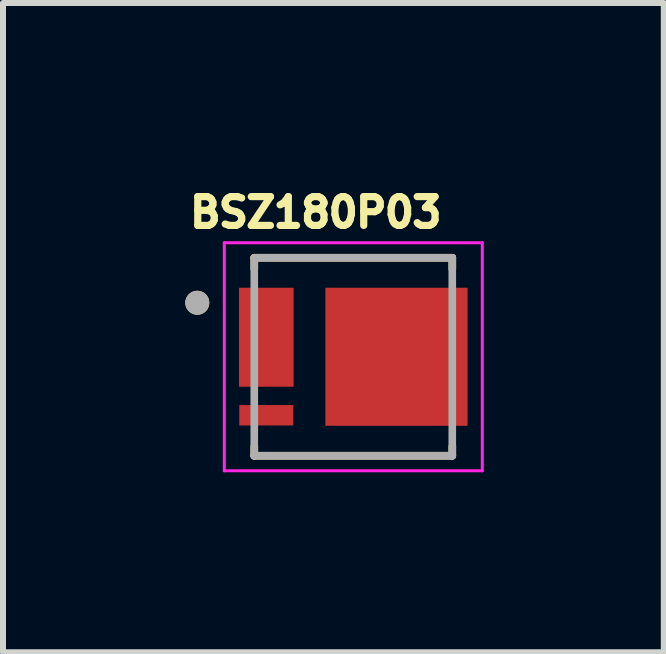
<source format=kicad_pcb>
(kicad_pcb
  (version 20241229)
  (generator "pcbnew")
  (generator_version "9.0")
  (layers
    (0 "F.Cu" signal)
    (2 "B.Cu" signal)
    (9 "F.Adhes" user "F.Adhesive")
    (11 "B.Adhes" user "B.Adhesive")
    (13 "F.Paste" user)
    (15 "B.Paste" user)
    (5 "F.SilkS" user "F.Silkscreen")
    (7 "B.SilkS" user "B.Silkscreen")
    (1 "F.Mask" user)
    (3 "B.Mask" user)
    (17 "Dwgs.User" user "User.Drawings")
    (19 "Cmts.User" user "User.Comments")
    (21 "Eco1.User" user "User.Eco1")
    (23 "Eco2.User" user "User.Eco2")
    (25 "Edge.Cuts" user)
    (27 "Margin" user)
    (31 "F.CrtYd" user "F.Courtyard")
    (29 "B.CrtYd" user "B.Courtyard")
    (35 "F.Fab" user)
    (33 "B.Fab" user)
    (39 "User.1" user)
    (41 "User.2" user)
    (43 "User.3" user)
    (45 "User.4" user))
  (footprint "BSZ180P03"
    (layer "F.Cu")
    (at 2.838 2.896)
    (property "Reference" "BSZ180P03" (at -0.626 -2.405 0) (layer "F.SilkS") (effects (font (size 0.48 0.48) (thickness 0.15))))
    (attr smd)
    (fp_poly (pts (xy -1.9 0.805) (xy -1 0.805) (xy -1 1.145) (xy -1.9 1.145)) (stroke (width 0.01) (type solid)) (fill yes) (layer "F.Mask"))
    (fp_poly (pts (xy -1.9 0.495) (xy -1.9 0.155) (xy -1.45 0.155) (xy -1.45 -0.155) (xy -1.9 -0.155) (xy -1.9 -0.495) (xy -1.45 -0.495) (xy -1.45 -0.805) (xy -1.9 -0.805) (xy -1.9 -1.145) (xy -1 -1.145) (xy -1 0.495)) (stroke (width 0.01) (type solid)) (fill yes) (layer "F.Mask"))
    (fp_poly (pts (xy -0.46 1.145) (xy -0.46 -1.145) (xy 1.9 -1.145) (xy 1.9 -0.805) (xy 1.25 -0.805) (xy 1.25 -0.495) (xy 1.9 -0.495) (xy 1.9 -0.155) (xy 1.25 -0.155) (xy 1.25 0.155) (xy 1.9 0.155) (xy 1.9 0.495) (xy 1.25 0.495) (xy 1.25 0.805) (xy 1.9 0.805) (xy 1.9 1.145)) (stroke (width 0.01) (type solid)) (fill yes) (layer "F.Mask"))
    (fp_line (start -1.65 -1.65) (end 1.65 -1.65) (stroke (width 0.127) (type solid)) (layer "F.SilkS"))
    (fp_line (start -1.65 -1.465) (end -1.65 -1.65) (stroke (width 0.127) (type solid)) (layer "F.SilkS"))
    (fp_line (start -1.65 1.65) (end -1.65 1.495) (stroke (width 0.127) (type solid)) (layer "F.SilkS"))
    (fp_line (start 1.65 -1.465) (end 1.65 -1.65) (stroke (width 0.127) (type solid)) (layer "F.SilkS"))
    (fp_line (start 1.65 1.65) (end -1.65 1.65) (stroke (width 0.127) (type solid)) (layer "F.SilkS"))
    (fp_line (start 1.65 1.65) (end 1.65 1.495) (stroke (width 0.127) (type solid)) (layer "F.SilkS"))
    (fp_circle (center -2.6 -0.9) (end -2.5 -0.9) (stroke (width 0.2) (type solid)) (fill no) (layer "F.SilkS"))
    (fp_poly (pts (xy -1.79 -1.095) (xy -1.61 -1.095) (xy -1.607 -1.095) (xy -1.604 -1.095) (xy -1.601 -1.094) (xy -1.598 -1.094) (xy -1.594 -1.093) (xy -1.591 -1.092) (xy -1.588 -1.091) (xy -1.586 -1.09) (xy -1.583 -1.088) (xy -1.58 -1.087) (xy -1.577 -1.085) (xy -1.575 -1.084) (xy -1.572 -1.082) (xy -1.57 -1.08) (xy -1.568 -1.077) (xy -1.565 -1.075) (xy -1.563 -1.073) (xy -1.561 -1.07) (xy -1.56 -1.068) (xy -1.558 -1.065) (xy -1.557 -1.062) (xy -1.555 -1.059) (xy -1.554 -1.057) (xy -1.553 -1.054) (xy -1.552 -1.051) (xy -1.551 -1.047) (xy -1.551 -1.044) (xy -1.55 -1.041) (xy -1.55 -1.038) (xy -1.55 -1.035) (xy -1.55 -0.915) (xy -1.55 -0.912) (xy -1.55 -0.909) (xy -1.551 -0.906) (xy -1.551 -0.903) (xy -1.552 -0.899) (xy -1.553 -0.896) (xy -1.554 -0.893) (xy -1.555 -0.891) (xy -1.557 -0.888) (xy -1.558 -0.885) (xy -1.56 -0.882) (xy -1.561 -0.88) (xy -1.563 -0.877) (xy -1.565 -0.875) (xy -1.568 -0.873) (xy -1.57 -0.87) (xy -1.572 -0.868) (xy -1.575 -0.866) (xy -1.577 -0.865) (xy -1.58 -0.863) (xy -1.583 -0.862) (xy -1.586 -0.86) (xy -1.588 -0.859) (xy -1.591 -0.858) (xy -1.594 -0.857) (xy -1.598 -0.856) (xy -1.601 -0.856) (xy -1.604 -0.855) (xy -1.607 -0.855) (xy -1.61 -0.855) (xy -1.79 -0.855) (xy -1.793 -0.855) (xy -1.796 -0.855) (xy -1.799 -0.856) (xy -1.802 -0.856) (xy -1.806 -0.857) (xy -1.809 -0.858) (xy -1.812 -0.859) (xy -1.814 -0.86) (xy -1.817 -0.862) (xy -1.82 -0.863) (xy -1.823 -0.865) (xy -1.825 -0.866) (xy -1.828 -0.868) (xy -1.83 -0.87) (xy -1.832 -0.873) (xy -1.835 -0.875) (xy -1.837 -0.877) (xy -1.839 -0.88) (xy -1.84 -0.882) (xy -1.842 -0.885) (xy -1.843 -0.888) (xy -1.845 -0.891) (xy -1.846 -0.893) (xy -1.847 -0.896) (xy -1.848 -0.899) (xy -1.849 -0.903) (xy -1.849 -0.906) (xy -1.85 -0.909) (xy -1.85 -0.912) (xy -1.85 -0.915) (xy -1.85 -1.035) (xy -1.85 -1.038) (xy -1.85 -1.041) (xy -1.849 -1.044) (xy -1.849 -1.047) (xy -1.848 -1.051) (xy -1.847 -1.054) (xy -1.846 -1.057) (xy -1.845 -1.059) (xy -1.843 -1.062) (xy -1.842 -1.065) (xy -1.84 -1.068) (xy -1.839 -1.07) (xy -1.837 -1.073) (xy -1.835 -1.075) (xy -1.832 -1.077) (xy -1.83 -1.08) (xy -1.828 -1.082) (xy -1.825 -1.084) (xy -1.823 -1.085) (xy -1.82 -1.087) (xy -1.817 -1.088) (xy -1.814 -1.09) (xy -1.812 -1.091) (xy -1.809 -1.092) (xy -1.806 -1.093) (xy -1.802 -1.094) (xy -1.799 -1.094) (xy -1.796 -1.095) (xy -1.793 -1.095) (xy -1.79 -1.095)) (stroke (width 0.01) (type solid)) (fill yes) (layer "F.Paste"))
    (fp_poly (pts (xy -1.79 -0.445) (xy -1.61 -0.445) (xy -1.607 -0.445) (xy -1.604 -0.445) (xy -1.601 -0.444) (xy -1.598 -0.444) (xy -1.594 -0.443) (xy -1.591 -0.442) (xy -1.588 -0.441) (xy -1.586 -0.44) (xy -1.583 -0.438) (xy -1.58 -0.437) (xy -1.577 -0.435) (xy -1.575 -0.434) (xy -1.572 -0.432) (xy -1.57 -0.43) (xy -1.568 -0.427) (xy -1.565 -0.425) (xy -1.563 -0.423) (xy -1.561 -0.42) (xy -1.56 -0.418) (xy -1.558 -0.415) (xy -1.557 -0.412) (xy -1.555 -0.409) (xy -1.554 -0.407) (xy -1.553 -0.404) (xy -1.552 -0.401) (xy -1.551 -0.397) (xy -1.551 -0.394) (xy -1.55 -0.391) (xy -1.55 -0.388) (xy -1.55 -0.385) (xy -1.55 -0.265) (xy -1.55 -0.262) (xy -1.55 -0.259) (xy -1.551 -0.256) (xy -1.551 -0.253) (xy -1.552 -0.249) (xy -1.553 -0.246) (xy -1.554 -0.243) (xy -1.555 -0.241) (xy -1.557 -0.238) (xy -1.558 -0.235) (xy -1.56 -0.232) (xy -1.561 -0.23) (xy -1.563 -0.227) (xy -1.565 -0.225) (xy -1.568 -0.223) (xy -1.57 -0.22) (xy -1.572 -0.218) (xy -1.575 -0.216) (xy -1.577 -0.215) (xy -1.58 -0.213) (xy -1.583 -0.212) (xy -1.586 -0.21) (xy -1.588 -0.209) (xy -1.591 -0.208) (xy -1.594 -0.207) (xy -1.598 -0.206) (xy -1.601 -0.206) (xy -1.604 -0.205) (xy -1.607 -0.205) (xy -1.61 -0.205) (xy -1.79 -0.205) (xy -1.793 -0.205) (xy -1.796 -0.205) (xy -1.799 -0.206) (xy -1.802 -0.206) (xy -1.806 -0.207) (xy -1.809 -0.208) (xy -1.812 -0.209) (xy -1.814 -0.21) (xy -1.817 -0.212) (xy -1.82 -0.213) (xy -1.823 -0.215) (xy -1.825 -0.216) (xy -1.828 -0.218) (xy -1.83 -0.22) (xy -1.832 -0.223) (xy -1.835 -0.225) (xy -1.837 -0.227) (xy -1.839 -0.23) (xy -1.84 -0.232) (xy -1.842 -0.235) (xy -1.843 -0.238) (xy -1.845 -0.241) (xy -1.846 -0.243) (xy -1.847 -0.246) (xy -1.848 -0.249) (xy -1.849 -0.253) (xy -1.849 -0.256) (xy -1.85 -0.259) (xy -1.85 -0.262) (xy -1.85 -0.265) (xy -1.85 -0.385) (xy -1.85 -0.388) (xy -1.85 -0.391) (xy -1.849 -0.394) (xy -1.849 -0.397) (xy -1.848 -0.401) (xy -1.847 -0.404) (xy -1.846 -0.407) (xy -1.845 -0.409) (xy -1.843 -0.412) (xy -1.842 -0.415) (xy -1.84 -0.418) (xy -1.839 -0.42) (xy -1.837 -0.423) (xy -1.835 -0.425) (xy -1.832 -0.427) (xy -1.83 -0.43) (xy -1.828 -0.432) (xy -1.825 -0.434) (xy -1.823 -0.435) (xy -1.82 -0.437) (xy -1.817 -0.438) (xy -1.814 -0.44) (xy -1.812 -0.441) (xy -1.809 -0.442) (xy -1.806 -0.443) (xy -1.802 -0.444) (xy -1.799 -0.444) (xy -1.796 -0.445) (xy -1.793 -0.445) (xy -1.79 -0.445)) (stroke (width 0.01) (type solid)) (fill yes) (layer "F.Paste"))
    (fp_poly (pts (xy -1.79 0.205) (xy -1.61 0.205) (xy -1.607 0.205) (xy -1.604 0.205) (xy -1.601 0.206) (xy -1.598 0.206) (xy -1.594 0.207) (xy -1.591 0.208) (xy -1.588 0.209) (xy -1.586 0.21) (xy -1.583 0.212) (xy -1.58 0.213) (xy -1.577 0.215) (xy -1.575 0.216) (xy -1.572 0.218) (xy -1.57 0.22) (xy -1.568 0.223) (xy -1.565 0.225) (xy -1.563 0.227) (xy -1.561 0.23) (xy -1.56 0.232) (xy -1.558 0.235) (xy -1.557 0.238) (xy -1.555 0.241) (xy -1.554 0.243) (xy -1.553 0.246) (xy -1.552 0.249) (xy -1.551 0.253) (xy -1.551 0.256) (xy -1.55 0.259) (xy -1.55 0.262) (xy -1.55 0.265) (xy -1.55 0.385) (xy -1.55 0.388) (xy -1.55 0.391) (xy -1.551 0.394) (xy -1.551 0.397) (xy -1.552 0.401) (xy -1.553 0.404) (xy -1.554 0.407) (xy -1.555 0.409) (xy -1.557 0.412) (xy -1.558 0.415) (xy -1.56 0.418) (xy -1.561 0.42) (xy -1.563 0.423) (xy -1.565 0.425) (xy -1.568 0.427) (xy -1.57 0.43) (xy -1.572 0.432) (xy -1.575 0.434) (xy -1.577 0.435) (xy -1.58 0.437) (xy -1.583 0.438) (xy -1.586 0.44) (xy -1.588 0.441) (xy -1.591 0.442) (xy -1.594 0.443) (xy -1.598 0.444) (xy -1.601 0.444) (xy -1.604 0.445) (xy -1.607 0.445) (xy -1.61 0.445) (xy -1.79 0.445) (xy -1.793 0.445) (xy -1.796 0.445) (xy -1.799 0.444) (xy -1.802 0.444) (xy -1.806 0.443) (xy -1.809 0.442) (xy -1.812 0.441) (xy -1.814 0.44) (xy -1.817 0.438) (xy -1.82 0.437) (xy -1.823 0.435) (xy -1.825 0.434) (xy -1.828 0.432) (xy -1.83 0.43) (xy -1.832 0.427) (xy -1.835 0.425) (xy -1.837 0.423) (xy -1.839 0.42) (xy -1.84 0.418) (xy -1.842 0.415) (xy -1.843 0.412) (xy -1.845 0.409) (xy -1.846 0.407) (xy -1.847 0.404) (xy -1.848 0.401) (xy -1.849 0.397) (xy -1.849 0.394) (xy -1.85 0.391) (xy -1.85 0.388) (xy -1.85 0.385) (xy -1.85 0.265) (xy -1.85 0.262) (xy -1.85 0.259) (xy -1.849 0.256) (xy -1.849 0.253) (xy -1.848 0.249) (xy -1.847 0.246) (xy -1.846 0.243) (xy -1.845 0.241) (xy -1.843 0.238) (xy -1.842 0.235) (xy -1.84 0.232) (xy -1.839 0.23) (xy -1.837 0.227) (xy -1.835 0.225) (xy -1.832 0.223) (xy -1.83 0.22) (xy -1.828 0.218) (xy -1.825 0.216) (xy -1.823 0.215) (xy -1.82 0.213) (xy -1.817 0.212) (xy -1.814 0.21) (xy -1.812 0.209) (xy -1.809 0.208) (xy -1.806 0.207) (xy -1.802 0.206) (xy -1.799 0.206) (xy -1.796 0.205) (xy -1.793 0.205) (xy -1.79 0.205)) (stroke (width 0.01) (type solid)) (fill yes) (layer "F.Paste"))
    (fp_poly (pts (xy -1.79 0.855) (xy -1.21 0.855) (xy -1.207 0.855) (xy -1.204 0.855) (xy -1.201 0.856) (xy -1.198 0.856) (xy -1.194 0.857) (xy -1.191 0.858) (xy -1.188 0.859) (xy -1.186 0.86) (xy -1.183 0.862) (xy -1.18 0.863) (xy -1.177 0.865) (xy -1.175 0.866) (xy -1.172 0.868) (xy -1.17 0.87) (xy -1.168 0.873) (xy -1.165 0.875) (xy -1.163 0.877) (xy -1.161 0.88) (xy -1.16 0.882) (xy -1.158 0.885) (xy -1.157 0.888) (xy -1.155 0.891) (xy -1.154 0.893) (xy -1.153 0.896) (xy -1.152 0.899) (xy -1.151 0.903) (xy -1.151 0.906) (xy -1.15 0.909) (xy -1.15 0.912) (xy -1.15 0.915) (xy -1.15 1.035) (xy -1.15 1.038) (xy -1.15 1.041) (xy -1.151 1.044) (xy -1.151 1.047) (xy -1.152 1.051) (xy -1.153 1.054) (xy -1.154 1.057) (xy -1.155 1.059) (xy -1.157 1.062) (xy -1.158 1.065) (xy -1.16 1.068) (xy -1.161 1.07) (xy -1.163 1.073) (xy -1.165 1.075) (xy -1.168 1.077) (xy -1.17 1.08) (xy -1.172 1.082) (xy -1.175 1.084) (xy -1.177 1.085) (xy -1.18 1.087) (xy -1.183 1.088) (xy -1.186 1.09) (xy -1.188 1.091) (xy -1.191 1.092) (xy -1.194 1.093) (xy -1.198 1.094) (xy -1.201 1.094) (xy -1.204 1.095) (xy -1.207 1.095) (xy -1.21 1.095) (xy -1.79 1.095) (xy -1.793 1.095) (xy -1.796 1.095) (xy -1.799 1.094) (xy -1.802 1.094) (xy -1.806 1.093) (xy -1.809 1.092) (xy -1.812 1.091) (xy -1.814 1.09) (xy -1.817 1.088) (xy -1.82 1.087) (xy -1.823 1.085) (xy -1.825 1.084) (xy -1.828 1.082) (xy -1.83 1.08) (xy -1.832 1.077) (xy -1.835 1.075) (xy -1.837 1.073) (xy -1.839 1.07) (xy -1.84 1.068) (xy -1.842 1.065) (xy -1.843 1.062) (xy -1.845 1.059) (xy -1.846 1.057) (xy -1.847 1.054) (xy -1.848 1.051) (xy -1.849 1.047) (xy -1.849 1.044) (xy -1.85 1.041) (xy -1.85 1.038) (xy -1.85 1.035) (xy -1.85 0.915) (xy -1.85 0.912) (xy -1.85 0.909) (xy -1.849 0.906) (xy -1.849 0.903) (xy -1.848 0.899) (xy -1.847 0.896) (xy -1.846 0.893) (xy -1.845 0.891) (xy -1.843 0.888) (xy -1.842 0.885) (xy -1.84 0.882) (xy -1.839 0.88) (xy -1.837 0.877) (xy -1.835 0.875) (xy -1.832 0.873) (xy -1.83 0.87) (xy -1.828 0.868) (xy -1.825 0.866) (xy -1.823 0.865) (xy -1.82 0.863) (xy -1.817 0.862) (xy -1.814 0.86) (xy -1.812 0.859) (xy -1.809 0.858) (xy -1.806 0.857) (xy -1.802 0.856) (xy -1.799 0.856) (xy -1.796 0.855) (xy -1.793 0.855) (xy -1.79 0.855)) (stroke (width 0.01) (type solid)) (fill yes) (layer "F.Paste"))
    (fp_poly (pts (xy -1.335 -1.095) (xy -1.105 -1.095) (xy -1.102 -1.095) (xy -1.099 -1.094) (xy -1.097 -1.094) (xy -1.094 -1.093) (xy -1.091 -1.093) (xy -1.088 -1.092) (xy -1.085 -1.09) (xy -1.082 -1.089) (xy -1.08 -1.088) (xy -1.077 -1.086) (xy -1.074 -1.085) (xy -1.072 -1.083) (xy -1.07 -1.081) (xy -1.068 -1.079) (xy -1.065 -1.077) (xy -1.063 -1.074) (xy -1.062 -1.072) (xy -1.06 -1.07) (xy -1.058 -1.067) (xy -1.057 -1.065) (xy -1.055 -1.062) (xy -1.054 -1.059) (xy -1.053 -1.056) (xy -1.052 -1.053) (xy -1.051 -1.05) (xy -1.051 -1.047) (xy -1.05 -1.045) (xy -1.05 -1.042) (xy -1.05 -1.039) (xy -1.05 -1.035) (xy -1.05 -0.485) (xy -1.05 -0.481) (xy -1.05 -0.478) (xy -1.05 -0.475) (xy -1.051 -0.473) (xy -1.051 -0.47) (xy -1.052 -0.467) (xy -1.053 -0.464) (xy -1.054 -0.461) (xy -1.055 -0.458) (xy -1.057 -0.455) (xy -1.058 -0.453) (xy -1.06 -0.45) (xy -1.062 -0.448) (xy -1.063 -0.446) (xy -1.065 -0.443) (xy -1.068 -0.441) (xy -1.07 -0.439) (xy -1.072 -0.437) (xy -1.074 -0.435) (xy -1.077 -0.434) (xy -1.08 -0.432) (xy -1.082 -0.431) (xy -1.085 -0.43) (xy -1.088 -0.428) (xy -1.091 -0.427) (xy -1.094 -0.427) (xy -1.097 -0.426) (xy -1.099 -0.426) (xy -1.102 -0.425) (xy -1.105 -0.425) (xy -1.335 -0.425) (xy -1.339 -0.425) (xy -1.342 -0.425) (xy -1.345 -0.425) (xy -1.348 -0.426) (xy -1.352 -0.427) (xy -1.355 -0.427) (xy -1.358 -0.428) (xy -1.361 -0.43) (xy -1.364 -0.431) (xy -1.367 -0.432) (xy -1.37 -0.434) (xy -1.372 -0.436) (xy -1.375 -0.438) (xy -1.378 -0.44) (xy -1.38 -0.442) (xy -1.382 -0.444) (xy -1.385 -0.446) (xy -1.387 -0.449) (xy -1.389 -0.452) (xy -1.391 -0.454) (xy -1.392 -0.457) (xy -1.394 -0.46) (xy -1.395 -0.463) (xy -1.396 -0.466) (xy -1.397 -0.469) (xy -1.398 -0.472) (xy -1.399 -0.476) (xy -1.399 -0.479) (xy -1.4 -0.482) (xy -1.4 -0.485) (xy -1.4 -1.035) (xy -1.4 -1.038) (xy -1.399 -1.041) (xy -1.399 -1.044) (xy -1.398 -1.048) (xy -1.397 -1.051) (xy -1.396 -1.054) (xy -1.395 -1.057) (xy -1.394 -1.06) (xy -1.392 -1.063) (xy -1.391 -1.066) (xy -1.389 -1.068) (xy -1.387 -1.071) (xy -1.385 -1.074) (xy -1.382 -1.076) (xy -1.38 -1.078) (xy -1.378 -1.08) (xy -1.375 -1.082) (xy -1.372 -1.084) (xy -1.37 -1.086) (xy -1.367 -1.088) (xy -1.364 -1.089) (xy -1.361 -1.09) (xy -1.358 -1.092) (xy -1.355 -1.093) (xy -1.352 -1.093) (xy -1.348 -1.094) (xy -1.345 -1.095) (xy -1.342 -1.095) (xy -1.339 -1.095) (xy -1.335 -1.095)) (stroke (width 0.01) (type solid)) (fill yes) (layer "F.Paste"))
    (fp_poly (pts (xy -1.335 -0.225) (xy -1.105 -0.225) (xy -1.102 -0.225) (xy -1.099 -0.224) (xy -1.097 -0.224) (xy -1.094 -0.223) (xy -1.091 -0.223) (xy -1.088 -0.222) (xy -1.085 -0.22) (xy -1.082 -0.219) (xy -1.08 -0.218) (xy -1.077 -0.216) (xy -1.074 -0.215) (xy -1.072 -0.213) (xy -1.07 -0.211) (xy -1.068 -0.209) (xy -1.065 -0.207) (xy -1.063 -0.204) (xy -1.062 -0.202) (xy -1.06 -0.2) (xy -1.058 -0.197) (xy -1.057 -0.195) (xy -1.055 -0.192) (xy -1.054 -0.189) (xy -1.053 -0.186) (xy -1.052 -0.183) (xy -1.051 -0.18) (xy -1.051 -0.177) (xy -1.05 -0.175) (xy -1.05 -0.172) (xy -1.05 -0.169) (xy -1.05 -0.165) (xy -1.05 0.385) (xy -1.05 0.389) (xy -1.05 0.392) (xy -1.05 0.395) (xy -1.051 0.397) (xy -1.051 0.4) (xy -1.052 0.403) (xy -1.053 0.406) (xy -1.054 0.409) (xy -1.055 0.412) (xy -1.057 0.415) (xy -1.058 0.417) (xy -1.06 0.42) (xy -1.062 0.422) (xy -1.063 0.424) (xy -1.065 0.427) (xy -1.068 0.429) (xy -1.07 0.431) (xy -1.072 0.433) (xy -1.074 0.435) (xy -1.077 0.436) (xy -1.08 0.438) (xy -1.082 0.439) (xy -1.085 0.44) (xy -1.088 0.442) (xy -1.091 0.443) (xy -1.094 0.443) (xy -1.097 0.444) (xy -1.099 0.444) (xy -1.102 0.445) (xy -1.105 0.445) (xy -1.335 0.445) (xy -1.339 0.445) (xy -1.342 0.445) (xy -1.345 0.445) (xy -1.348 0.444) (xy -1.352 0.443) (xy -1.355 0.443) (xy -1.358 0.442) (xy -1.361 0.44) (xy -1.364 0.439) (xy -1.367 0.438) (xy -1.37 0.436) (xy -1.372 0.434) (xy -1.375 0.432) (xy -1.378 0.43) (xy -1.38 0.428) (xy -1.382 0.426) (xy -1.385 0.424) (xy -1.387 0.421) (xy -1.389 0.418) (xy -1.391 0.416) (xy -1.392 0.413) (xy -1.394 0.41) (xy -1.395 0.407) (xy -1.396 0.404) (xy -1.397 0.401) (xy -1.398 0.398) (xy -1.399 0.394) (xy -1.399 0.391) (xy -1.4 0.388) (xy -1.4 0.385) (xy -1.4 -0.165) (xy -1.4 -0.168) (xy -1.399 -0.171) (xy -1.399 -0.174) (xy -1.398 -0.178) (xy -1.397 -0.181) (xy -1.396 -0.184) (xy -1.395 -0.187) (xy -1.394 -0.19) (xy -1.392 -0.193) (xy -1.391 -0.196) (xy -1.389 -0.198) (xy -1.387 -0.201) (xy -1.385 -0.204) (xy -1.382 -0.206) (xy -1.38 -0.208) (xy -1.378 -0.21) (xy -1.375 -0.212) (xy -1.372 -0.214) (xy -1.37 -0.216) (xy -1.367 -0.218) (xy -1.364 -0.219) (xy -1.361 -0.22) (xy -1.358 -0.222) (xy -1.355 -0.223) (xy -1.352 -0.223) (xy -1.348 -0.224) (xy -1.345 -0.225) (xy -1.342 -0.225) (xy -1.339 -0.225) (xy -1.335 -0.225)) (stroke (width 0.01) (type solid)) (fill yes) (layer "F.Paste"))
    (fp_poly (pts (xy -0.29 -1.095) (xy 0.99 -1.095) (xy 0.993 -1.095) (xy 0.996 -1.095) (xy 0.999 -1.094) (xy 1.002 -1.094) (xy 1.006 -1.093) (xy 1.009 -1.092) (xy 1.012 -1.091) (xy 1.014 -1.09) (xy 1.017 -1.088) (xy 1.02 -1.087) (xy 1.023 -1.085) (xy 1.025 -1.084) (xy 1.028 -1.082) (xy 1.03 -1.08) (xy 1.032 -1.077) (xy 1.035 -1.075) (xy 1.037 -1.073) (xy 1.039 -1.07) (xy 1.04 -1.068) (xy 1.042 -1.065) (xy 1.043 -1.062) (xy 1.045 -1.059) (xy 1.046 -1.057) (xy 1.047 -1.054) (xy 1.048 -1.051) (xy 1.049 -1.047) (xy 1.049 -1.044) (xy 1.05 -1.041) (xy 1.05 -1.038) (xy 1.05 -1.035) (xy 1.05 -0.915) (xy 1.05 -0.912) (xy 1.05 -0.909) (xy 1.049 -0.906) (xy 1.049 -0.903) (xy 1.048 -0.899) (xy 1.047 -0.896) (xy 1.046 -0.893) (xy 1.045 -0.891) (xy 1.043 -0.888) (xy 1.042 -0.885) (xy 1.04 -0.882) (xy 1.039 -0.88) (xy 1.037 -0.877) (xy 1.035 -0.875) (xy 1.032 -0.873) (xy 1.03 -0.87) (xy 1.028 -0.868) (xy 1.025 -0.866) (xy 1.023 -0.865) (xy 1.02 -0.863) (xy 1.017 -0.862) (xy 1.014 -0.86) (xy 1.012 -0.859) (xy 1.009 -0.858) (xy 1.006 -0.857) (xy 1.002 -0.856) (xy 0.999 -0.856) (xy 0.996 -0.855) (xy 0.993 -0.855) (xy 0.99 -0.855) (xy -0.29 -0.855) (xy -0.293 -0.855) (xy -0.296 -0.855) (xy -0.299 -0.856) (xy -0.302 -0.856) (xy -0.306 -0.857) (xy -0.309 -0.858) (xy -0.312 -0.859) (xy -0.314 -0.86) (xy -0.317 -0.862) (xy -0.32 -0.863) (xy -0.323 -0.865) (xy -0.325 -0.866) (xy -0.328 -0.868) (xy -0.33 -0.87) (xy -0.332 -0.873) (xy -0.335 -0.875) (xy -0.337 -0.877) (xy -0.339 -0.88) (xy -0.34 -0.882) (xy -0.342 -0.885) (xy -0.343 -0.888) (xy -0.345 -0.891) (xy -0.346 -0.893) (xy -0.347 -0.896) (xy -0.348 -0.899) (xy -0.349 -0.903) (xy -0.349 -0.906) (xy -0.35 -0.909) (xy -0.35 -0.912) (xy -0.35 -0.915) (xy -0.35 -1.035) (xy -0.35 -1.038) (xy -0.35 -1.041) (xy -0.349 -1.044) (xy -0.349 -1.047) (xy -0.348 -1.051) (xy -0.347 -1.054) (xy -0.346 -1.057) (xy -0.345 -1.059) (xy -0.343 -1.062) (xy -0.342 -1.065) (xy -0.34 -1.068) (xy -0.339 -1.07) (xy -0.337 -1.073) (xy -0.335 -1.075) (xy -0.332 -1.077) (xy -0.33 -1.08) (xy -0.328 -1.082) (xy -0.325 -1.084) (xy -0.323 -1.085) (xy -0.32 -1.087) (xy -0.317 -1.088) (xy -0.314 -1.09) (xy -0.312 -1.091) (xy -0.309 -1.092) (xy -0.306 -1.093) (xy -0.302 -1.094) (xy -0.299 -1.094) (xy -0.296 -1.095) (xy -0.293 -1.095) (xy -0.29 -1.095)) (stroke (width 0.01) (type solid)) (fill yes) (layer "F.Paste"))
    (fp_poly (pts (xy -0.29 -0.545) (xy 0.99 -0.545) (xy 0.993 -0.545) (xy 0.996 -0.545) (xy 0.999 -0.544) (xy 1.002 -0.544) (xy 1.006 -0.543) (xy 1.009 -0.542) (xy 1.012 -0.541) (xy 1.014 -0.54) (xy 1.017 -0.538) (xy 1.02 -0.537) (xy 1.023 -0.535) (xy 1.025 -0.534) (xy 1.028 -0.532) (xy 1.03 -0.53) (xy 1.032 -0.527) (xy 1.035 -0.525) (xy 1.037 -0.523) (xy 1.039 -0.52) (xy 1.04 -0.518) (xy 1.042 -0.515) (xy 1.043 -0.512) (xy 1.045 -0.509) (xy 1.046 -0.507) (xy 1.047 -0.504) (xy 1.048 -0.501) (xy 1.049 -0.497) (xy 1.049 -0.494) (xy 1.05 -0.491) (xy 1.05 -0.488) (xy 1.05 -0.485) (xy 1.05 0.485) (xy 1.05 0.488) (xy 1.05 0.491) (xy 1.049 0.494) (xy 1.049 0.497) (xy 1.048 0.501) (xy 1.047 0.504) (xy 1.046 0.507) (xy 1.045 0.509) (xy 1.043 0.512) (xy 1.042 0.515) (xy 1.04 0.518) (xy 1.039 0.52) (xy 1.037 0.523) (xy 1.035 0.525) (xy 1.032 0.527) (xy 1.03 0.53) (xy 1.028 0.532) (xy 1.025 0.534) (xy 1.023 0.535) (xy 1.02 0.537) (xy 1.017 0.538) (xy 1.014 0.54) (xy 1.012 0.541) (xy 1.009 0.542) (xy 1.006 0.543) (xy 1.002 0.544) (xy 0.999 0.544) (xy 0.996 0.545) (xy 0.993 0.545) (xy 0.99 0.545) (xy -0.29 0.545) (xy -0.293 0.545) (xy -0.296 0.545) (xy -0.299 0.544) (xy -0.302 0.544) (xy -0.306 0.543) (xy -0.309 0.542) (xy -0.312 0.541) (xy -0.314 0.54) (xy -0.317 0.538) (xy -0.32 0.537) (xy -0.323 0.535) (xy -0.325 0.534) (xy -0.328 0.532) (xy -0.33 0.53) (xy -0.332 0.527) (xy -0.335 0.525) (xy -0.337 0.523) (xy -0.339 0.52) (xy -0.34 0.518) (xy -0.342 0.515) (xy -0.343 0.512) (xy -0.345 0.509) (xy -0.346 0.507) (xy -0.347 0.504) (xy -0.348 0.501) (xy -0.349 0.497) (xy -0.349 0.494) (xy -0.35 0.491) (xy -0.35 0.488) (xy -0.35 0.485) (xy -0.35 -0.485) (xy -0.35 -0.488) (xy -0.35 -0.491) (xy -0.349 -0.494) (xy -0.349 -0.497) (xy -0.348 -0.501) (xy -0.347 -0.504) (xy -0.346 -0.507) (xy -0.345 -0.509) (xy -0.343 -0.512) (xy -0.342 -0.515) (xy -0.34 -0.518) (xy -0.339 -0.52) (xy -0.337 -0.523) (xy -0.335 -0.525) (xy -0.332 -0.527) (xy -0.33 -0.53) (xy -0.328 -0.532) (xy -0.325 -0.534) (xy -0.323 -0.535) (xy -0.32 -0.537) (xy -0.317 -0.538) (xy -0.314 -0.54) (xy -0.312 -0.541) (xy -0.309 -0.542) (xy -0.306 -0.543) (xy -0.302 -0.544) (xy -0.299 -0.544) (xy -0.296 -0.545) (xy -0.293 -0.545) (xy -0.29 -0.545)) (stroke (width 0.01) (type solid)) (fill yes) (layer "F.Paste"))
    (fp_poly (pts (xy -0.29 0.855) (xy 0.99 0.855) (xy 0.993 0.855) (xy 0.996 0.855) (xy 0.999 0.856) (xy 1.002 0.856) (xy 1.006 0.857) (xy 1.009 0.858) (xy 1.012 0.859) (xy 1.014 0.86) (xy 1.017 0.862) (xy 1.02 0.863) (xy 1.023 0.865) (xy 1.025 0.866) (xy 1.028 0.868) (xy 1.03 0.87) (xy 1.032 0.873) (xy 1.035 0.875) (xy 1.037 0.877) (xy 1.039 0.88) (xy 1.04 0.882) (xy 1.042 0.885) (xy 1.043 0.888) (xy 1.045 0.891) (xy 1.046 0.893) (xy 1.047 0.896) (xy 1.048 0.899) (xy 1.049 0.903) (xy 1.049 0.906) (xy 1.05 0.909) (xy 1.05 0.912) (xy 1.05 0.915) (xy 1.05 1.035) (xy 1.05 1.038) (xy 1.05 1.041) (xy 1.049 1.044) (xy 1.049 1.047) (xy 1.048 1.051) (xy 1.047 1.054) (xy 1.046 1.057) (xy 1.045 1.059) (xy 1.043 1.062) (xy 1.042 1.065) (xy 1.04 1.068) (xy 1.039 1.07) (xy 1.037 1.073) (xy 1.035 1.075) (xy 1.032 1.077) (xy 1.03 1.08) (xy 1.028 1.082) (xy 1.025 1.084) (xy 1.023 1.085) (xy 1.02 1.087) (xy 1.017 1.088) (xy 1.014 1.09) (xy 1.012 1.091) (xy 1.009 1.092) (xy 1.006 1.093) (xy 1.002 1.094) (xy 0.999 1.094) (xy 0.996 1.095) (xy 0.993 1.095) (xy 0.99 1.095) (xy -0.29 1.095) (xy -0.293 1.095) (xy -0.296 1.095) (xy -0.299 1.094) (xy -0.302 1.094) (xy -0.306 1.093) (xy -0.309 1.092) (xy -0.312 1.091) (xy -0.314 1.09) (xy -0.317 1.088) (xy -0.32 1.087) (xy -0.323 1.085) (xy -0.325 1.084) (xy -0.328 1.082) (xy -0.33 1.08) (xy -0.332 1.077) (xy -0.335 1.075) (xy -0.337 1.073) (xy -0.339 1.07) (xy -0.34 1.068) (xy -0.342 1.065) (xy -0.343 1.062) (xy -0.345 1.059) (xy -0.346 1.057) (xy -0.347 1.054) (xy -0.348 1.051) (xy -0.349 1.047) (xy -0.349 1.044) (xy -0.35 1.041) (xy -0.35 1.038) (xy -0.35 1.035) (xy -0.35 0.915) (xy -0.35 0.912) (xy -0.35 0.909) (xy -0.349 0.906) (xy -0.349 0.903) (xy -0.348 0.899) (xy -0.347 0.896) (xy -0.346 0.893) (xy -0.345 0.891) (xy -0.343 0.888) (xy -0.342 0.885) (xy -0.34 0.882) (xy -0.339 0.88) (xy -0.337 0.877) (xy -0.335 0.875) (xy -0.332 0.873) (xy -0.33 0.87) (xy -0.328 0.868) (xy -0.325 0.866) (xy -0.323 0.865) (xy -0.32 0.863) (xy -0.317 0.862) (xy -0.314 0.86) (xy -0.312 0.859) (xy -0.309 0.858) (xy -0.306 0.857) (xy -0.302 0.856) (xy -0.299 0.856) (xy -0.296 0.855) (xy -0.293 0.855) (xy -0.29 0.855)) (stroke (width 0.01) (type solid)) (fill yes) (layer "F.Paste"))
    (fp_poly (pts (xy 1.305 -1.095) (xy 1.785 -1.095) (xy 1.788 -1.095) (xy 1.791 -1.095) (xy 1.794 -1.094) (xy 1.797 -1.094) (xy 1.801 -1.093) (xy 1.804 -1.092) (xy 1.807 -1.091) (xy 1.809 -1.09) (xy 1.812 -1.088) (xy 1.815 -1.087) (xy 1.818 -1.085) (xy 1.82 -1.084) (xy 1.823 -1.082) (xy 1.825 -1.08) (xy 1.827 -1.077) (xy 1.83 -1.075) (xy 1.832 -1.073) (xy 1.834 -1.07) (xy 1.835 -1.068) (xy 1.837 -1.065) (xy 1.838 -1.062) (xy 1.84 -1.059) (xy 1.841 -1.057) (xy 1.842 -1.054) (xy 1.843 -1.051) (xy 1.844 -1.047) (xy 1.844 -1.044) (xy 1.845 -1.041) (xy 1.845 -1.038) (xy 1.845 -1.035) (xy 1.845 -0.915) (xy 1.845 -0.912) (xy 1.845 -0.909) (xy 1.844 -0.906) (xy 1.844 -0.903) (xy 1.843 -0.899) (xy 1.842 -0.896) (xy 1.841 -0.893) (xy 1.84 -0.891) (xy 1.838 -0.888) (xy 1.837 -0.885) (xy 1.835 -0.882) (xy 1.834 -0.88) (xy 1.832 -0.877) (xy 1.83 -0.875) (xy 1.827 -0.873) (xy 1.825 -0.87) (xy 1.823 -0.868) (xy 1.82 -0.866) (xy 1.818 -0.865) (xy 1.815 -0.863) (xy 1.812 -0.862) (xy 1.809 -0.86) (xy 1.807 -0.859) (xy 1.804 -0.858) (xy 1.801 -0.857) (xy 1.797 -0.856) (xy 1.794 -0.856) (xy 1.791 -0.855) (xy 1.788 -0.855) (xy 1.785 -0.855) (xy 1.305 -0.855) (xy 1.302 -0.855) (xy 1.299 -0.855) (xy 1.296 -0.856) (xy 1.293 -0.856) (xy 1.289 -0.857) (xy 1.286 -0.858) (xy 1.283 -0.859) (xy 1.281 -0.86) (xy 1.278 -0.862) (xy 1.275 -0.863) (xy 1.272 -0.865) (xy 1.27 -0.866) (xy 1.267 -0.868) (xy 1.265 -0.87) (xy 1.263 -0.873) (xy 1.26 -0.875) (xy 1.258 -0.877) (xy 1.256 -0.88) (xy 1.255 -0.882) (xy 1.253 -0.885) (xy 1.252 -0.888) (xy 1.25 -0.891) (xy 1.249 -0.893) (xy 1.248 -0.896) (xy 1.247 -0.899) (xy 1.246 -0.903) (xy 1.246 -0.906) (xy 1.245 -0.909) (xy 1.245 -0.912) (xy 1.245 -0.915) (xy 1.245 -1.035) (xy 1.245 -1.038) (xy 1.245 -1.041) (xy 1.246 -1.044) (xy 1.246 -1.047) (xy 1.247 -1.051) (xy 1.248 -1.054) (xy 1.249 -1.057) (xy 1.25 -1.059) (xy 1.252 -1.062) (xy 1.253 -1.065) (xy 1.255 -1.068) (xy 1.256 -1.07) (xy 1.258 -1.073) (xy 1.26 -1.075) (xy 1.263 -1.077) (xy 1.265 -1.08) (xy 1.267 -1.082) (xy 1.27 -1.084) (xy 1.272 -1.085) (xy 1.275 -1.087) (xy 1.278 -1.088) (xy 1.281 -1.09) (xy 1.283 -1.091) (xy 1.286 -1.092) (xy 1.289 -1.093) (xy 1.293 -1.094) (xy 1.296 -1.094) (xy 1.299 -1.095) (xy 1.302 -1.095) (xy 1.305 -1.095)) (stroke (width 0.01) (type solid)) (fill yes) (layer "F.Paste"))
    (fp_poly (pts (xy 1.305 -0.445) (xy 1.785 -0.445) (xy 1.788 -0.445) (xy 1.791 -0.445) (xy 1.794 -0.444) (xy 1.797 -0.444) (xy 1.801 -0.443) (xy 1.804 -0.442) (xy 1.807 -0.441) (xy 1.809 -0.44) (xy 1.812 -0.438) (xy 1.815 -0.437) (xy 1.818 -0.435) (xy 1.82 -0.434) (xy 1.823 -0.432) (xy 1.825 -0.43) (xy 1.827 -0.427) (xy 1.83 -0.425) (xy 1.832 -0.423) (xy 1.834 -0.42) (xy 1.835 -0.418) (xy 1.837 -0.415) (xy 1.838 -0.412) (xy 1.84 -0.409) (xy 1.841 -0.407) (xy 1.842 -0.404) (xy 1.843 -0.401) (xy 1.844 -0.397) (xy 1.844 -0.394) (xy 1.845 -0.391) (xy 1.845 -0.388) (xy 1.845 -0.385) (xy 1.845 -0.265) (xy 1.845 -0.262) (xy 1.845 -0.259) (xy 1.844 -0.256) (xy 1.844 -0.253) (xy 1.843 -0.249) (xy 1.842 -0.246) (xy 1.841 -0.243) (xy 1.84 -0.241) (xy 1.838 -0.238) (xy 1.837 -0.235) (xy 1.835 -0.232) (xy 1.834 -0.23) (xy 1.832 -0.227) (xy 1.83 -0.225) (xy 1.827 -0.223) (xy 1.825 -0.22) (xy 1.823 -0.218) (xy 1.82 -0.216) (xy 1.818 -0.215) (xy 1.815 -0.213) (xy 1.812 -0.212) (xy 1.809 -0.21) (xy 1.807 -0.209) (xy 1.804 -0.208) (xy 1.801 -0.207) (xy 1.797 -0.206) (xy 1.794 -0.206) (xy 1.791 -0.205) (xy 1.788 -0.205) (xy 1.785 -0.205) (xy 1.305 -0.205) (xy 1.302 -0.205) (xy 1.299 -0.205) (xy 1.296 -0.206) (xy 1.293 -0.206) (xy 1.289 -0.207) (xy 1.286 -0.208) (xy 1.283 -0.209) (xy 1.281 -0.21) (xy 1.278 -0.212) (xy 1.275 -0.213) (xy 1.272 -0.215) (xy 1.27 -0.216) (xy 1.267 -0.218) (xy 1.265 -0.22) (xy 1.263 -0.223) (xy 1.26 -0.225) (xy 1.258 -0.227) (xy 1.256 -0.23) (xy 1.255 -0.232) (xy 1.253 -0.235) (xy 1.252 -0.238) (xy 1.25 -0.241) (xy 1.249 -0.243) (xy 1.248 -0.246) (xy 1.247 -0.249) (xy 1.246 -0.253) (xy 1.246 -0.256) (xy 1.245 -0.259) (xy 1.245 -0.262) (xy 1.245 -0.265) (xy 1.245 -0.385) (xy 1.245 -0.388) (xy 1.245 -0.391) (xy 1.246 -0.394) (xy 1.246 -0.397) (xy 1.247 -0.401) (xy 1.248 -0.404) (xy 1.249 -0.407) (xy 1.25 -0.409) (xy 1.252 -0.412) (xy 1.253 -0.415) (xy 1.255 -0.418) (xy 1.256 -0.42) (xy 1.258 -0.423) (xy 1.26 -0.425) (xy 1.263 -0.427) (xy 1.265 -0.43) (xy 1.267 -0.432) (xy 1.27 -0.434) (xy 1.272 -0.435) (xy 1.275 -0.437) (xy 1.278 -0.438) (xy 1.281 -0.44) (xy 1.283 -0.441) (xy 1.286 -0.442) (xy 1.289 -0.443) (xy 1.293 -0.444) (xy 1.296 -0.444) (xy 1.299 -0.445) (xy 1.302 -0.445) (xy 1.305 -0.445)) (stroke (width 0.01) (type solid)) (fill yes) (layer "F.Paste"))
    (fp_poly (pts (xy 1.305 0.205) (xy 1.785 0.205) (xy 1.788 0.205) (xy 1.791 0.205) (xy 1.794 0.206) (xy 1.797 0.206) (xy 1.801 0.207) (xy 1.804 0.208) (xy 1.807 0.209) (xy 1.809 0.21) (xy 1.812 0.212) (xy 1.815 0.213) (xy 1.818 0.215) (xy 1.82 0.216) (xy 1.823 0.218) (xy 1.825 0.22) (xy 1.827 0.223) (xy 1.83 0.225) (xy 1.832 0.227) (xy 1.834 0.23) (xy 1.835 0.232) (xy 1.837 0.235) (xy 1.838 0.238) (xy 1.84 0.241) (xy 1.841 0.243) (xy 1.842 0.246) (xy 1.843 0.249) (xy 1.844 0.253) (xy 1.844 0.256) (xy 1.845 0.259) (xy 1.845 0.262) (xy 1.845 0.265) (xy 1.845 0.385) (xy 1.845 0.388) (xy 1.845 0.391) (xy 1.844 0.394) (xy 1.844 0.397) (xy 1.843 0.401) (xy 1.842 0.404) (xy 1.841 0.407) (xy 1.84 0.409) (xy 1.838 0.412) (xy 1.837 0.415) (xy 1.835 0.418) (xy 1.834 0.42) (xy 1.832 0.423) (xy 1.83 0.425) (xy 1.827 0.427) (xy 1.825 0.43) (xy 1.823 0.432) (xy 1.82 0.434) (xy 1.818 0.435) (xy 1.815 0.437) (xy 1.812 0.438) (xy 1.809 0.44) (xy 1.807 0.441) (xy 1.804 0.442) (xy 1.801 0.443) (xy 1.797 0.444) (xy 1.794 0.444) (xy 1.791 0.445) (xy 1.788 0.445) (xy 1.785 0.445) (xy 1.305 0.445) (xy 1.302 0.445) (xy 1.299 0.445) (xy 1.296 0.444) (xy 1.293 0.444) (xy 1.289 0.443) (xy 1.286 0.442) (xy 1.283 0.441) (xy 1.281 0.44) (xy 1.278 0.438) (xy 1.275 0.437) (xy 1.272 0.435) (xy 1.27 0.434) (xy 1.267 0.432) (xy 1.265 0.43) (xy 1.263 0.427) (xy 1.26 0.425) (xy 1.258 0.423) (xy 1.256 0.42) (xy 1.255 0.418) (xy 1.253 0.415) (xy 1.252 0.412) (xy 1.25 0.409) (xy 1.249 0.407) (xy 1.248 0.404) (xy 1.247 0.401) (xy 1.246 0.397) (xy 1.246 0.394) (xy 1.245 0.391) (xy 1.245 0.388) (xy 1.245 0.385) (xy 1.245 0.265) (xy 1.245 0.262) (xy 1.245 0.259) (xy 1.246 0.256) (xy 1.246 0.253) (xy 1.247 0.249) (xy 1.248 0.246) (xy 1.249 0.243) (xy 1.25 0.241) (xy 1.252 0.238) (xy 1.253 0.235) (xy 1.255 0.232) (xy 1.256 0.23) (xy 1.258 0.227) (xy 1.26 0.225) (xy 1.263 0.223) (xy 1.265 0.22) (xy 1.267 0.218) (xy 1.27 0.216) (xy 1.272 0.215) (xy 1.275 0.213) (xy 1.278 0.212) (xy 1.281 0.21) (xy 1.283 0.209) (xy 1.286 0.208) (xy 1.289 0.207) (xy 1.293 0.206) (xy 1.296 0.206) (xy 1.299 0.205) (xy 1.302 0.205) (xy 1.305 0.205)) (stroke (width 0.01) (type solid)) (fill yes) (layer "F.Paste"))
    (fp_poly (pts (xy 1.305 0.855) (xy 1.785 0.855) (xy 1.788 0.855) (xy 1.791 0.855) (xy 1.794 0.856) (xy 1.797 0.856) (xy 1.801 0.857) (xy 1.804 0.858) (xy 1.807 0.859) (xy 1.809 0.86) (xy 1.812 0.862) (xy 1.815 0.863) (xy 1.818 0.865) (xy 1.82 0.866) (xy 1.823 0.868) (xy 1.825 0.87) (xy 1.827 0.873) (xy 1.83 0.875) (xy 1.832 0.877) (xy 1.834 0.88) (xy 1.835 0.882) (xy 1.837 0.885) (xy 1.838 0.888) (xy 1.84 0.891) (xy 1.841 0.893) (xy 1.842 0.896) (xy 1.843 0.899) (xy 1.844 0.903) (xy 1.844 0.906) (xy 1.845 0.909) (xy 1.845 0.912) (xy 1.845 0.915) (xy 1.845 1.035) (xy 1.845 1.038) (xy 1.845 1.041) (xy 1.844 1.044) (xy 1.844 1.047) (xy 1.843 1.051) (xy 1.842 1.054) (xy 1.841 1.057) (xy 1.84 1.059) (xy 1.838 1.062) (xy 1.837 1.065) (xy 1.835 1.068) (xy 1.834 1.07) (xy 1.832 1.073) (xy 1.83 1.075) (xy 1.827 1.077) (xy 1.825 1.08) (xy 1.823 1.082) (xy 1.82 1.084) (xy 1.818 1.085) (xy 1.815 1.087) (xy 1.812 1.088) (xy 1.809 1.09) (xy 1.807 1.091) (xy 1.804 1.092) (xy 1.801 1.093) (xy 1.797 1.094) (xy 1.794 1.094) (xy 1.791 1.095) (xy 1.788 1.095) (xy 1.785 1.095) (xy 1.305 1.095) (xy 1.302 1.095) (xy 1.299 1.095) (xy 1.296 1.094) (xy 1.293 1.094) (xy 1.289 1.093) (xy 1.286 1.092) (xy 1.283 1.091) (xy 1.281 1.09) (xy 1.278 1.088) (xy 1.275 1.087) (xy 1.272 1.085) (xy 1.27 1.084) (xy 1.267 1.082) (xy 1.265 1.08) (xy 1.263 1.077) (xy 1.26 1.075) (xy 1.258 1.073) (xy 1.256 1.07) (xy 1.255 1.068) (xy 1.253 1.065) (xy 1.252 1.062) (xy 1.25 1.059) (xy 1.249 1.057) (xy 1.248 1.054) (xy 1.247 1.051) (xy 1.246 1.047) (xy 1.246 1.044) (xy 1.245 1.041) (xy 1.245 1.038) (xy 1.245 1.035) (xy 1.245 0.915) (xy 1.245 0.912) (xy 1.245 0.909) (xy 1.246 0.906) (xy 1.246 0.903) (xy 1.247 0.899) (xy 1.248 0.896) (xy 1.249 0.893) (xy 1.25 0.891) (xy 1.252 0.888) (xy 1.253 0.885) (xy 1.255 0.882) (xy 1.256 0.88) (xy 1.258 0.877) (xy 1.26 0.875) (xy 1.263 0.873) (xy 1.265 0.87) (xy 1.267 0.868) (xy 1.27 0.866) (xy 1.272 0.865) (xy 1.275 0.863) (xy 1.278 0.862) (xy 1.281 0.86) (xy 1.283 0.859) (xy 1.286 0.858) (xy 1.289 0.857) (xy 1.293 0.856) (xy 1.296 0.856) (xy 1.299 0.855) (xy 1.302 0.855) (xy 1.305 0.855)) (stroke (width 0.01) (type solid)) (fill yes) (layer "F.Paste"))
    (fp_line (start -2.15 -1.9) (end -2.15 1.9) (stroke (width 0.05) (type solid)) (layer "F.CrtYd"))
    (fp_line (start -2.15 1.9) (end 2.15 1.9) (stroke (width 0.05) (type solid)) (layer "F.CrtYd"))
    (fp_line (start 2.15 -1.9) (end -2.15 -1.9) (stroke (width 0.05) (type solid)) (layer "F.CrtYd"))
    (fp_line (start 2.15 1.9) (end 2.15 -1.9) (stroke (width 0.05) (type solid)) (layer "F.CrtYd"))
    (fp_line (start -1.65 -1.65) (end 1.65 -1.65) (stroke (width 0.127) (type solid)) (layer "F.Fab"))
    (fp_line (start -1.65 1.65) (end -1.65 -1.65) (stroke (width 0.127) (type solid)) (layer "F.Fab"))
    (fp_line (start 1.65 -1.65) (end 1.65 1.65) (stroke (width 0.127) (type solid)) (layer "F.Fab"))
    (fp_line (start 1.65 1.65) (end -1.65 1.65) (stroke (width 0.127) (type solid)) (layer "F.Fab"))
    (fp_circle (center -2.6 -0.9) (end -2.5 -0.9) (stroke (width 0.2) (type solid)) (fill no) (layer "F.Fab"))
    (pad "1" smd custom (at 0 0) (size 0.1 0.1) (layers "F.Cu") (options (anchor rect)) (primitives (gr_poly (pts (xy -0.46 1.145) (xy -0.46 -1.145) (xy 1.9 -1.145) (xy 1.9 1.145)) (width 0.01) (fill yes))))
    (pad "2" smd rect (at -1.45 0.975) (size 0.9 0.34) (layers "F.Cu"))
    (pad "3" smd custom (at -1.5 -0.3) (size 0.1 0.1) (layers "F.Cu") (options (anchor rect)) (primitives (gr_poly (pts (xy -0.4 0.795) (xy -0.4 -0.845) (xy 0.5 -0.845) (xy 0.5 0.795)) (width 0.01) (fill yes)))))
  (gr_rect
    (start -3 -3)
    (end 8.013 7.821)
    (stroke (width 0.1) (type default))
    (fill no)
    (layer "Edge.Cuts")))
</source>
